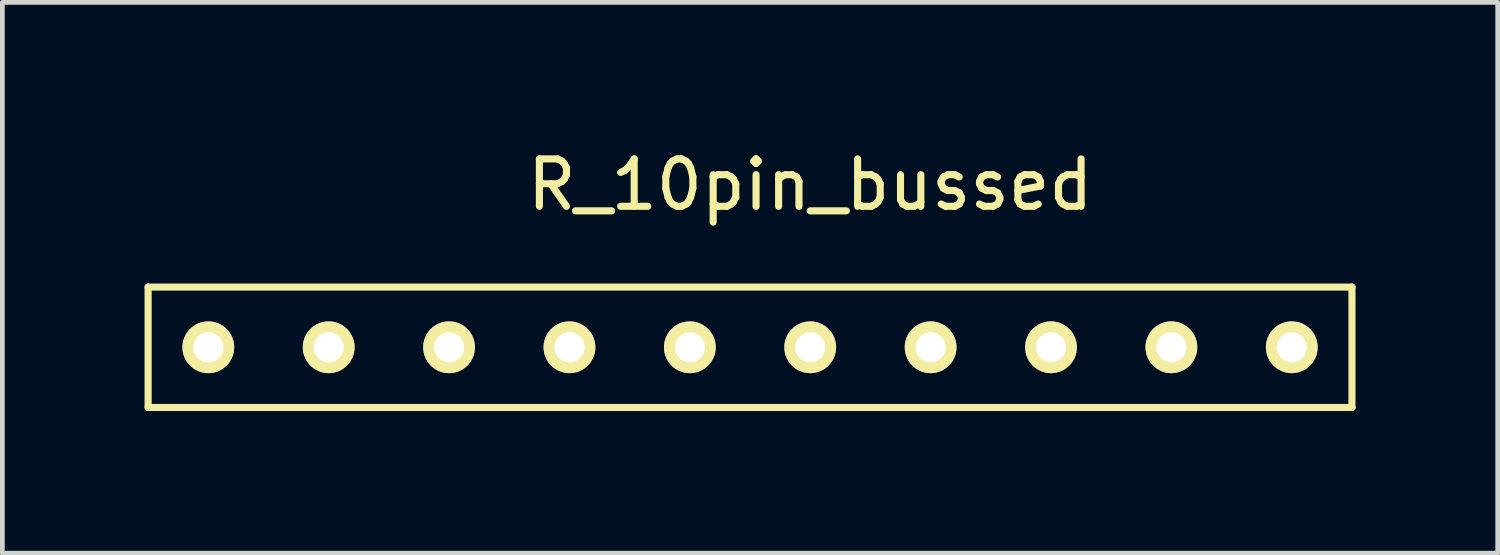
<source format=kicad_pcb>
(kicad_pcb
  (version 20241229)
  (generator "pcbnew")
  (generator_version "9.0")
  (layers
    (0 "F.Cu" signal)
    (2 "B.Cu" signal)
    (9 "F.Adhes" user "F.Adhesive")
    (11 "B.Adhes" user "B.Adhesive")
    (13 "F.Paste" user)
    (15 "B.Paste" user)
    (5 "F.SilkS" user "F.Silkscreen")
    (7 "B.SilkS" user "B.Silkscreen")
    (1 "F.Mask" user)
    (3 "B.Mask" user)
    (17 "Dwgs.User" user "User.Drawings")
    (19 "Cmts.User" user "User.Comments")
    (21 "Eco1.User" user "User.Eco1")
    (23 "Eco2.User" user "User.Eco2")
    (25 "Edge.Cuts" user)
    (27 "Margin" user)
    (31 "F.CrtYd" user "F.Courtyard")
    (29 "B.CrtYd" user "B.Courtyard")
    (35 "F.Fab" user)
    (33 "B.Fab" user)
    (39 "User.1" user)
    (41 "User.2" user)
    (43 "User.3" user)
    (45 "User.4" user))
  (footprint "R_10pin_bussed"
    (layer "F.Cu")
    (at 14.045 4.277)
    (property "Reference" "R_10pin_bussed" (at 0 -3.429 0) (layer "F.SilkS") (effects (font (size 1 1) (thickness 0.15))))
    (attr through_hole)
    (fp_line (start -13.97 -1.27) (end -13.97 1.27) (stroke (width 0.15) (type solid)) (layer "F.SilkS"))
    (fp_line (start -13.97 1.27) (end 11.43 1.27) (stroke (width 0.15) (type solid)) (layer "F.SilkS"))
    (fp_line (start 11.43 -1.27) (end -13.97 -1.27) (stroke (width 0.15) (type solid)) (layer "F.SilkS"))
    (fp_line (start 11.43 1.27) (end 11.43 -1.27) (stroke (width 0.15) (type solid)) (layer "F.SilkS"))
    (pad "1" thru_hole circle (at -12.7 0) (size 1.092 1.092) (drill 0.635) (layers "*.Cu" "*.Mask" "F.SilkS"))
    (pad "2" thru_hole circle (at -10.16 0) (size 1.092 1.092) (drill 0.635) (layers "*.Cu" "*.Mask" "F.SilkS"))
    (pad "3" thru_hole circle (at -7.62 0) (size 1.092 1.092) (drill 0.635) (layers "*.Cu" "*.Mask" "F.SilkS"))
    (pad "4" thru_hole circle (at -5.08 0) (size 1.092 1.092) (drill 0.635) (layers "*.Cu" "*.Mask" "F.SilkS"))
    (pad "5" thru_hole circle (at -2.54 0) (size 1.092 1.092) (drill 0.635) (layers "*.Cu" "*.Mask" "F.SilkS"))
    (pad "6" thru_hole circle (at 0 0) (size 1.092 1.092) (drill 0.635) (layers "*.Cu" "*.Mask" "F.SilkS"))
    (pad "7" thru_hole circle (at 2.54 0) (size 1.092 1.092) (drill 0.635) (layers "*.Cu" "*.Mask" "F.SilkS"))
    (pad "8" thru_hole circle (at 5.08 0) (size 1.092 1.092) (drill 0.635) (layers "*.Cu" "*.Mask" "F.SilkS"))
    (pad "9" thru_hole circle (at 7.62 0) (size 1.092 1.092) (drill 0.635) (layers "*.Cu" "*.Mask" "F.SilkS"))
    (pad "10" thru_hole circle (at 10.16 0) (size 1.092 1.092) (drill 0.635) (layers "*.Cu" "*.Mask" "F.SilkS")))
  (gr_rect
    (start -3 -3)
    (end 28.55 8.622)
    (stroke (width 0.1) (type default))
    (fill no)
    (layer "Edge.Cuts")))
</source>
